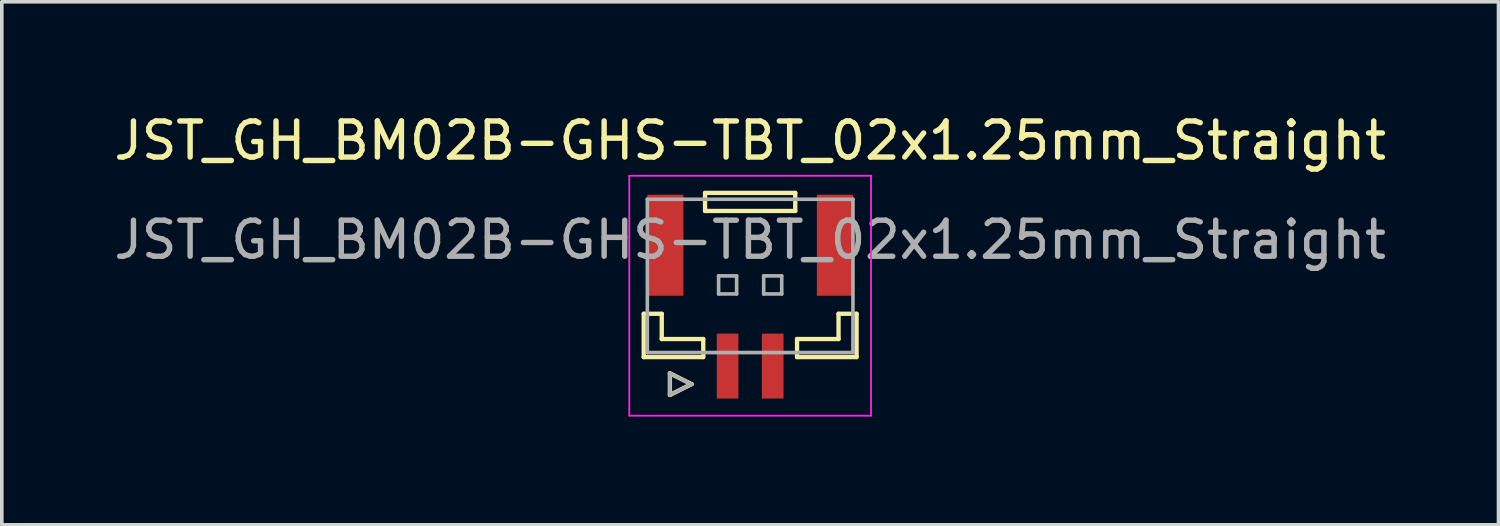
<source format=kicad_pcb>
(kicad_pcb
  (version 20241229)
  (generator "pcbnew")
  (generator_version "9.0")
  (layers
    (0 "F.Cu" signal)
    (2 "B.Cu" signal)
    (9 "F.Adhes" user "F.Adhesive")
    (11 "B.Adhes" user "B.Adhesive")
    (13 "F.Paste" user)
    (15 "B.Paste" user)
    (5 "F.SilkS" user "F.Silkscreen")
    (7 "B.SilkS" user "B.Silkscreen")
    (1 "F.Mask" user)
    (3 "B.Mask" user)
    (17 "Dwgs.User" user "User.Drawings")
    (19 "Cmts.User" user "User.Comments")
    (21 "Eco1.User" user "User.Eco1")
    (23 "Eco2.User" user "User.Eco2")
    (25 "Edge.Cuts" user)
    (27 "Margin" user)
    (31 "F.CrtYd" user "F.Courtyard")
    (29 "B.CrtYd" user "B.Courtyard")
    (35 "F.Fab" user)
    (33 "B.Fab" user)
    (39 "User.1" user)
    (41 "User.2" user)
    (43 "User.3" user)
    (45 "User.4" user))
  (footprint "JST_GH_BM02B-GHS-TBT_02x1.25mm_Straight"
    (layer "F.Cu")
    (at 17.744 5.423)
    (property "Reference" "JST_GH_BM02B-GHS-TBT_02x1.25mm_Straight" (at 0 -4.575 0) (layer "F.SilkS") (effects (font (size 1 1) (thickness 0.15))))
    (attr smd)
    (fp_line (start -2.95 0.225) (end -2.95 1.425) (stroke (width 0.12) (type solid)) (layer "F.SilkS"))
    (fp_line (start -2.95 1.425) (end -1.3 1.425) (stroke (width 0.12) (type solid)) (layer "F.SilkS"))
    (fp_line (start -2.45 0.225) (end -2.95 0.225) (stroke (width 0.12) (type solid)) (layer "F.SilkS"))
    (fp_line (start -2.45 0.925) (end -2.45 0.225) (stroke (width 0.12) (type solid)) (layer "F.SilkS"))
    (fp_line (start -2.225 1.875) (end -1.625 2.175) (stroke (width 0.12) (type solid)) (layer "F.SilkS"))
    (fp_line (start -2.225 2.475) (end -2.225 1.875) (stroke (width 0.12) (type solid)) (layer "F.SilkS"))
    (fp_line (start -1.625 2.175) (end -2.225 2.475) (stroke (width 0.12) (type solid)) (layer "F.SilkS"))
    (fp_line (start -1.3 0.925) (end -2.45 0.925) (stroke (width 0.12) (type solid)) (layer "F.SilkS"))
    (fp_line (start -1.3 1.425) (end -1.3 0.925) (stroke (width 0.12) (type solid)) (layer "F.SilkS"))
    (fp_line (start -1.25 -3.125) (end 1.25 -3.125) (stroke (width 0.12) (type solid)) (layer "F.SilkS"))
    (fp_line (start -1.25 -2.625) (end -1.25 -3.125) (stroke (width 0.12) (type solid)) (layer "F.SilkS"))
    (fp_line (start 1.25 -3.125) (end 1.25 -2.625) (stroke (width 0.12) (type solid)) (layer "F.SilkS"))
    (fp_line (start 1.25 -2.625) (end -1.25 -2.625) (stroke (width 0.12) (type solid)) (layer "F.SilkS"))
    (fp_line (start 1.3 0.925) (end 2.45 0.925) (stroke (width 0.12) (type solid)) (layer "F.SilkS"))
    (fp_line (start 1.3 1.425) (end 1.3 0.925) (stroke (width 0.12) (type solid)) (layer "F.SilkS"))
    (fp_line (start 2.45 0.225) (end 2.95 0.225) (stroke (width 0.12) (type solid)) (layer "F.SilkS"))
    (fp_line (start 2.45 0.925) (end 2.45 0.225) (stroke (width 0.12) (type solid)) (layer "F.SilkS"))
    (fp_line (start 2.95 0.225) (end 2.95 1.425) (stroke (width 0.12) (type solid)) (layer "F.SilkS"))
    (fp_line (start 2.95 1.425) (end 1.3 1.425) (stroke (width 0.12) (type solid)) (layer "F.SilkS"))
    (fp_line (start -3.35 -3.6) (end 3.35 -3.6) (stroke (width 0.05) (type solid)) (layer "F.CrtYd"))
    (fp_line (start -3.35 3.05) (end -3.35 -3.6) (stroke (width 0.05) (type solid)) (layer "F.CrtYd"))
    (fp_line (start 3.35 -3.6) (end 3.35 3.05) (stroke (width 0.05) (type solid)) (layer "F.CrtYd"))
    (fp_line (start 3.35 3.05) (end -3.35 3.05) (stroke (width 0.05) (type solid)) (layer "F.CrtYd"))
    (fp_line (start -2.85 -2.95) (end 2.85 -2.95) (stroke (width 0.1) (type solid)) (layer "F.Fab"))
    (fp_line (start -2.85 1.3) (end -2.85 -2.95) (stroke (width 0.1) (type solid)) (layer "F.Fab"))
    (fp_line (start -2.225 1.875) (end -1.625 2.175) (stroke (width 0.1) (type solid)) (layer "F.Fab"))
    (fp_line (start -2.225 2.475) (end -2.225 1.875) (stroke (width 0.1) (type solid)) (layer "F.Fab"))
    (fp_line (start -1.625 2.175) (end -2.225 2.475) (stroke (width 0.1) (type solid)) (layer "F.Fab"))
    (fp_line (start -0.875 -0.825) (end -0.375 -0.825) (stroke (width 0.1) (type solid)) (layer "F.Fab"))
    (fp_line (start -0.875 -0.325) (end -0.875 -0.825) (stroke (width 0.1) (type solid)) (layer "F.Fab"))
    (fp_line (start -0.375 -0.825) (end -0.375 -0.325) (stroke (width 0.1) (type solid)) (layer "F.Fab"))
    (fp_line (start -0.375 -0.325) (end -0.875 -0.325) (stroke (width 0.1) (type solid)) (layer "F.Fab"))
    (fp_line (start 0.375 -0.825) (end 0.875 -0.825) (stroke (width 0.1) (type solid)) (layer "F.Fab"))
    (fp_line (start 0.375 -0.325) (end 0.375 -0.825) (stroke (width 0.1) (type solid)) (layer "F.Fab"))
    (fp_line (start 0.875 -0.825) (end 0.875 -0.325) (stroke (width 0.1) (type solid)) (layer "F.Fab"))
    (fp_line (start 0.875 -0.325) (end 0.375 -0.325) (stroke (width 0.1) (type solid)) (layer "F.Fab"))
    (fp_line (start 2.85 -2.95) (end 2.85 1.3) (stroke (width 0.1) (type solid)) (layer "F.Fab"))
    (fp_line (start 2.85 1.3) (end -2.85 1.3) (stroke (width 0.1) (type solid)) (layer "F.Fab"))
    (fp_text user "${REFERENCE}" (at 0 -1.825 0) (layer "F.Fab") (effects (font (size 1 1) (thickness 0.15))))
    (pad "" smd rect (at -2.35 -1.675) (size 1 2.8) (layers "F.Cu" "F.Mask" "F.Paste"))
    (pad "" smd rect (at 2.35 -1.675) (size 1 2.8) (layers "F.Cu" "F.Mask" "F.Paste"))
    (pad "1" smd rect (at -0.625 1.675) (size 0.6 1.8) (layers "F.Cu" "F.Mask" "F.Paste"))
    (pad "2" smd rect (at 0.625 1.675) (size 0.6 1.8) (layers "F.Cu" "F.Mask" "F.Paste")))
  (gr_rect
    (start -3 -3)
    (end 38.488 11.498)
    (stroke (width 0.1) (type default))
    (fill no)
    (layer "Edge.Cuts")))
</source>
